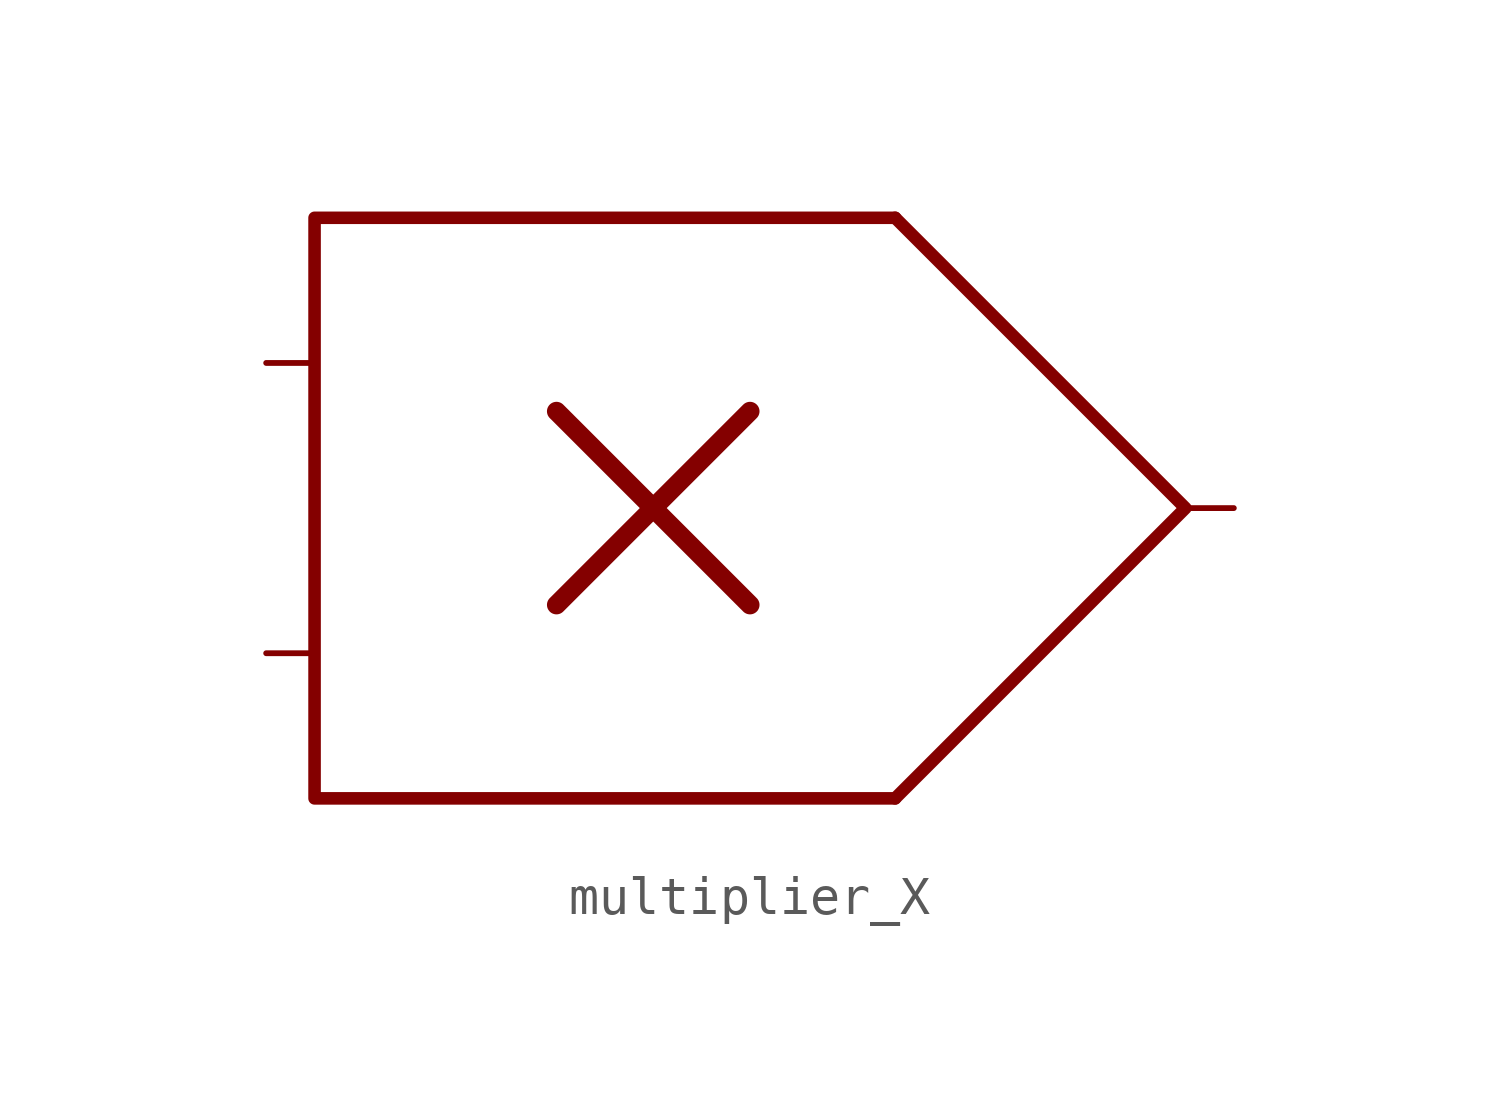
<source format=kicad_sym>
(kicad_symbol_lib
  (version 20211014)
  (generator kicad_symbol_editor)
  (symbol "multiplier_X"
    (property "Reference" "U"
      (at 3.81 12.7 0)
      (effects (font (size 1.27 1.27)) hide))
    (symbol "multiplier_X_0_0"
      (polyline (pts (xy -8.89 -2.54) (xy -3.81 2.54)) (stroke (width 0.5) (type default) (color 0 0 0 0)) (fill (type none)))
      (polyline (pts (xy -8.89 2.54) (xy -3.81 -2.54)) (stroke (width 0.5) (type default) (color 0 0 0 0)) (fill (type none)))
      (polyline (pts (xy 0 7.62) (xy -15.24 7.62) (xy -15.24 -7.62) (xy 0 -7.62)) (stroke (width 0.33) (type default) (color 0 0 0 0)) (fill (type none))))
    (symbol "multiplier_X_0_1"
      (polyline (pts (xy 0 7.62) (xy 7.62 0) (xy 0 -7.62)) (stroke (width 0.33) (type default) (color 0 0 0 0)) (fill (type none))))
    (symbol "multiplier_X_1_1"
      (pin input line (at -16.51 -3.81 0) (length 1.27) (name "" (effects (font (size 1.27 1.27)))) (number "" (effects (font (size 1.27 1.27)))))
      (pin input line (at -16.51 3.81 0) (length 1.27) (name "" (effects (font (size 1.27 1.27)))) (number "" (effects (font (size 1.27 1.27)))))
      (pin output line (at 8.89 0 180) (length 1.27) (name "" (effects (font (size 1.27 1.27)))) (number "" (effects (font (size 1.27 1.27))))))))
</source>
